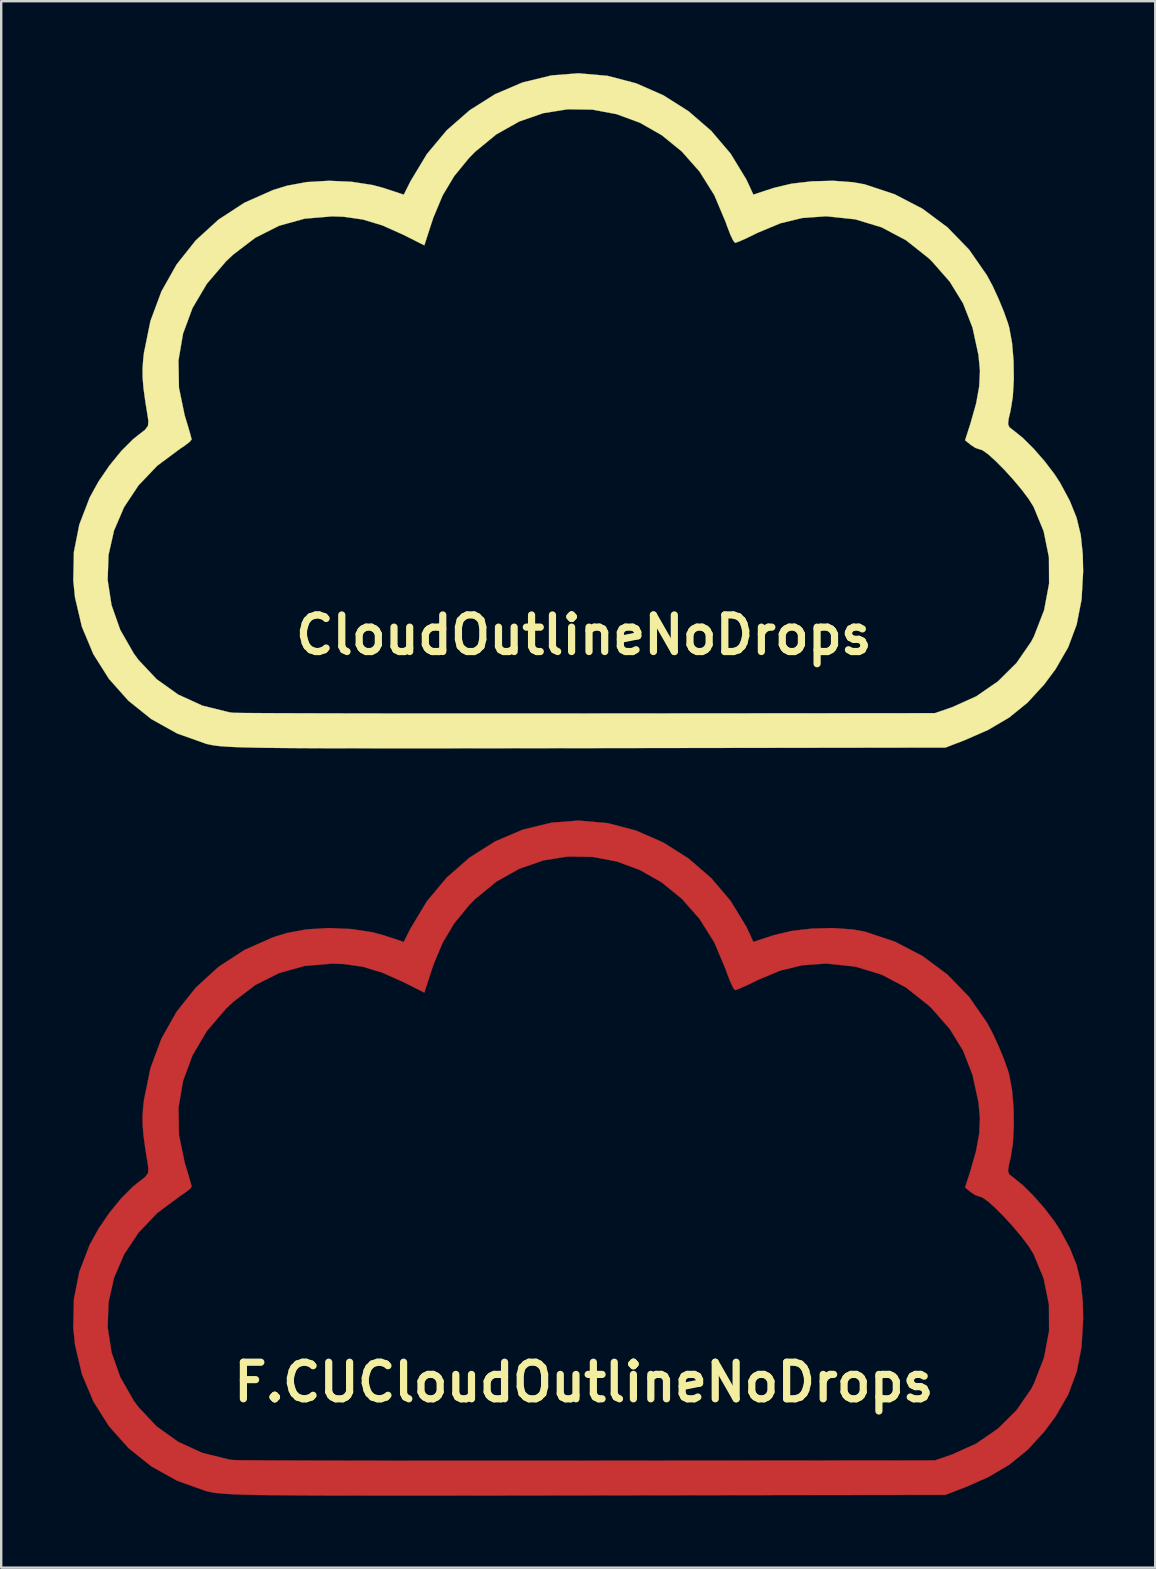
<source format=kicad_pcb>
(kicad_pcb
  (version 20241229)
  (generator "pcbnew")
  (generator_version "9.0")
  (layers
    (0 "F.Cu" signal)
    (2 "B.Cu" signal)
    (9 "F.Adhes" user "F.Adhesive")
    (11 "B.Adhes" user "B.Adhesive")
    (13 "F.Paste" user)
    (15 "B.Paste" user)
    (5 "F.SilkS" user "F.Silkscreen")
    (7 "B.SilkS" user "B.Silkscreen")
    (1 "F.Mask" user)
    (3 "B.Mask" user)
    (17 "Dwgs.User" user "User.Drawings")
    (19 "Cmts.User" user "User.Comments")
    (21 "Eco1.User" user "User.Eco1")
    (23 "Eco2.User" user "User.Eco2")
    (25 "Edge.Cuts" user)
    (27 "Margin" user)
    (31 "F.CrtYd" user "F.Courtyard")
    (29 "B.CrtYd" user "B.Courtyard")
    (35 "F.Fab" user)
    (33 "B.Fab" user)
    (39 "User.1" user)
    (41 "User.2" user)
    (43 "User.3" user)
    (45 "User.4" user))
  (footprint "F.CUCloudOutlineNoDrops"
    (layer "F.Cu")
    (at 21.283 54.564)
    (property "Reference" "F.CUCloudOutlineNoDrops" (at 0 0 0) (layer "F.SilkS") (effects (font (size 1.524 1.524) (thickness 0.3))))
    (attr through_hole)
    (fp_poly (pts (xy 0.995 -23.305) (xy 2.182 -22.994) (xy 3.315 -22.496) (xy 4.367 -21.83) (xy 5.311 -21.013) (xy 6.121 -20.062) (xy 6.771 -18.993) (xy 6.883 -18.758) (xy 7.067 -18.355) (xy 7.923 -18.636) (xy 8.657 -18.81) (xy 9.511 -18.91) (xy 10.397 -18.932) (xy 11.226 -18.871) (xy 11.706 -18.784) (xy 12.962 -18.367) (xy 14.121 -17.764) (xy 15.16 -16.99) (xy 16.061 -16.061) (xy 16.802 -14.993) (xy 17.035 -14.56) (xy 17.28 -14.031) (xy 17.507 -13.481) (xy 17.68 -12.995) (xy 17.734 -12.81) (xy 17.849 -12.179) (xy 17.914 -11.433) (xy 17.925 -10.655) (xy 17.882 -9.928) (xy 17.789 -9.355) (xy 17.706 -8.998) (xy 17.685 -8.789) (xy 17.736 -8.665) (xy 17.867 -8.559) (xy 17.899 -8.537) (xy 18.298 -8.216) (xy 18.753 -7.763) (xy 19.211 -7.239) (xy 19.62 -6.703) (xy 19.852 -6.346) (xy 20.259 -5.588) (xy 20.541 -4.887) (xy 20.714 -4.17) (xy 20.798 -3.365) (xy 20.814 -2.65) (xy 20.748 -1.476) (xy 20.545 -0.438) (xy 20.19 0.513) (xy 19.663 1.426) (xy 19.19 2.062) (xy 18.499 2.816) (xy 17.738 3.435) (xy 16.856 3.955) (xy 15.885 4.381) (xy 15.074 4.693) (xy 0.055 4.716) (xy -2.072 4.719) (xy -3.989 4.722) (xy -5.709 4.724) (xy -7.242 4.724) (xy -8.601 4.724) (xy -9.796 4.723) (xy -10.84 4.721) (xy -11.743 4.717) (xy -12.518 4.711) (xy -13.175 4.704) (xy -13.727 4.695) (xy -14.184 4.684) (xy -14.559 4.671) (xy -14.862 4.655) (xy -15.106 4.638) (xy -15.302 4.618) (xy -15.461 4.595) (xy -15.595 4.569) (xy -15.715 4.541) (xy -15.752 4.531) (xy -16.948 4.106) (xy -18.03 3.503) (xy -18.983 2.738) (xy -19.791 1.831) (xy -20.441 0.8) (xy -20.918 -0.337) (xy -21.206 -1.561) (xy -21.278 -2.264) (xy -21.278 -2.29) (xy -19.846 -2.29) (xy -19.684 -1.243) (xy -19.321 -0.213) (xy -18.753 0.778) (xy -18.559 1.041) (xy -17.804 1.843) (xy -16.909 2.482) (xy -15.899 2.944) (xy -14.795 3.218) (xy -14.633 3.241) (xy -14.483 3.246) (xy -14.126 3.251) (xy -13.575 3.255) (xy -12.843 3.259) (xy -11.943 3.262) (xy -10.889 3.265) (xy -9.694 3.268) (xy -8.371 3.27) (xy -6.934 3.271) (xy -5.396 3.272) (xy -3.77 3.272) (xy -2.07 3.272) (xy -0.309 3.271) (xy 0.166 3.27) (xy 14.633 3.258) (xy 15.35 3.012) (xy 16.356 2.559) (xy 17.263 1.933) (xy 18.038 1.165) (xy 18.647 0.282) (xy 18.764 0.058) (xy 19.186 -1.031) (xy 19.394 -2.137) (xy 19.388 -3.24) (xy 19.168 -4.325) (xy 18.747 -5.346) (xy 18.544 -5.67) (xy 18.251 -6.06) (xy 17.9 -6.478) (xy 17.527 -6.888) (xy 17.165 -7.253) (xy 16.85 -7.537) (xy 16.614 -7.703) (xy 16.528 -7.73) (xy 16.328 -7.796) (xy 16.131 -7.924) (xy 15.893 -8.117) (xy 16.114 -8.805) (xy 16.352 -9.643) (xy 16.482 -10.359) (xy 16.513 -11.016) (xy 16.452 -11.667) (xy 16.202 -12.816) (xy 15.81 -13.821) (xy 15.256 -14.724) (xy 14.517 -15.567) (xy 14.368 -15.711) (xy 13.43 -16.454) (xy 12.411 -16.993) (xy 11.317 -17.325) (xy 10.152 -17.448) (xy 10.05 -17.449) (xy 9.099 -17.38) (xy 8.194 -17.16) (xy 7.26 -16.771) (xy 7.181 -16.732) (xy 6.803 -16.548) (xy 6.498 -16.411) (xy 6.322 -16.347) (xy 6.307 -16.344) (xy 6.226 -16.442) (xy 6.104 -16.701) (xy 5.961 -17.073) (xy 5.913 -17.214) (xy 5.438 -18.338) (xy 4.823 -19.318) (xy 4.088 -20.15) (xy 3.253 -20.83) (xy 2.34 -21.351) (xy 1.368 -21.709) (xy 0.358 -21.898) (xy -0.668 -21.913) (xy -1.691 -21.75) (xy -2.69 -21.403) (xy -3.645 -20.867) (xy -4.534 -20.137) (xy -4.786 -19.879) (xy -5.403 -19.125) (xy -5.882 -18.324) (xy -6.268 -17.402) (xy -6.354 -17.145) (xy -6.646 -16.241) (xy -7.52 -16.681) (xy -8.398 -17.073) (xy -9.204 -17.317) (xy -10.012 -17.433) (xy -10.491 -17.449) (xy -11.638 -17.352) (xy -12.7 -17.057) (xy -13.689 -16.559) (xy -14.619 -15.851) (xy -14.915 -15.571) (xy -15.71 -14.641) (xy -16.308 -13.631) (xy -16.704 -12.56) (xy -16.894 -11.446) (xy -16.874 -10.307) (xy -16.637 -9.16) (xy -16.622 -9.111) (xy -16.496 -8.696) (xy -16.4 -8.365) (xy -16.35 -8.171) (xy -16.346 -8.146) (xy -16.431 -8.046) (xy -16.649 -7.88) (xy -16.814 -7.772) (xy -17.775 -7.058) (xy -18.559 -6.237) (xy -19.162 -5.328) (xy -19.58 -4.353) (xy -19.81 -3.334) (xy -19.846 -2.29) (xy -21.278 -2.29) (xy -21.253 -3.46) (xy -21.027 -4.602) (xy -20.593 -5.732) (xy -20.228 -6.394) (xy -19.774 -7.06) (xy -19.277 -7.669) (xy -18.786 -8.16) (xy -18.563 -8.338) (xy -18.291 -8.548) (xy -18.166 -8.714) (xy -18.147 -8.908) (xy -18.167 -9.056) (xy -18.279 -9.754) (xy -18.352 -10.292) (xy -18.387 -10.724) (xy -18.39 -11.106) (xy -18.363 -11.494) (xy -18.332 -11.761) (xy -18.063 -13.087) (xy -17.604 -14.322) (xy -16.969 -15.448) (xy -16.172 -16.45) (xy -15.227 -17.312) (xy -14.149 -18.016) (xy -12.951 -18.547) (xy -12.369 -18.727) (xy -11.546 -18.878) (xy -10.62 -18.932) (xy -9.678 -18.89) (xy -8.802 -18.755) (xy -8.362 -18.636) (xy -7.503 -18.353) (xy -7.217 -18.923) (xy -6.537 -20.05) (xy -5.71 -21.038) (xy -4.756 -21.873) (xy -3.696 -22.542) (xy -2.553 -23.03) (xy -1.347 -23.324) (xy -0.221 -23.412) (xy 0.995 -23.305)) (stroke (width 0.01) (type solid)) (fill yes) (layer "F.Cu")))
  (footprint "CloudOutlineNoDrops"
    (layer "F.Cu")
    (at 21.283 23.417)
    (property "Reference" "CloudOutlineNoDrops" (at 0 0 0) (layer "F.SilkS") (effects (font (size 1.524 1.524) (thickness 0.3))))
    (attr through_hole)
    (fp_poly (pts (xy 0.995 -23.305) (xy 2.182 -22.994) (xy 3.315 -22.496) (xy 4.367 -21.83) (xy 5.311 -21.013) (xy 6.121 -20.062) (xy 6.771 -18.993) (xy 6.883 -18.758) (xy 7.067 -18.355) (xy 7.923 -18.636) (xy 8.657 -18.81) (xy 9.511 -18.91) (xy 10.397 -18.932) (xy 11.226 -18.871) (xy 11.706 -18.784) (xy 12.962 -18.367) (xy 14.121 -17.764) (xy 15.16 -16.99) (xy 16.061 -16.061) (xy 16.802 -14.993) (xy 17.035 -14.56) (xy 17.28 -14.031) (xy 17.507 -13.481) (xy 17.68 -12.995) (xy 17.734 -12.81) (xy 17.849 -12.179) (xy 17.914 -11.433) (xy 17.925 -10.655) (xy 17.882 -9.928) (xy 17.789 -9.355) (xy 17.706 -8.998) (xy 17.685 -8.789) (xy 17.736 -8.665) (xy 17.867 -8.559) (xy 17.899 -8.537) (xy 18.298 -8.216) (xy 18.753 -7.763) (xy 19.211 -7.239) (xy 19.62 -6.703) (xy 19.852 -6.346) (xy 20.259 -5.588) (xy 20.541 -4.887) (xy 20.714 -4.17) (xy 20.798 -3.365) (xy 20.814 -2.65) (xy 20.748 -1.476) (xy 20.545 -0.438) (xy 20.19 0.513) (xy 19.663 1.426) (xy 19.19 2.062) (xy 18.499 2.816) (xy 17.738 3.435) (xy 16.856 3.955) (xy 15.885 4.381) (xy 15.074 4.693) (xy 0.055 4.716) (xy -2.072 4.719) (xy -3.989 4.722) (xy -5.709 4.724) (xy -7.242 4.724) (xy -8.601 4.724) (xy -9.796 4.723) (xy -10.84 4.721) (xy -11.743 4.717) (xy -12.518 4.711) (xy -13.175 4.704) (xy -13.727 4.695) (xy -14.184 4.684) (xy -14.559 4.671) (xy -14.862 4.655) (xy -15.106 4.638) (xy -15.302 4.618) (xy -15.461 4.595) (xy -15.595 4.569) (xy -15.715 4.541) (xy -15.752 4.531) (xy -16.948 4.106) (xy -18.03 3.503) (xy -18.983 2.738) (xy -19.791 1.831) (xy -20.441 0.8) (xy -20.918 -0.337) (xy -21.206 -1.561) (xy -21.278 -2.264) (xy -21.278 -2.29) (xy -19.846 -2.29) (xy -19.684 -1.243) (xy -19.321 -0.213) (xy -18.753 0.778) (xy -18.559 1.041) (xy -17.804 1.843) (xy -16.909 2.482) (xy -15.899 2.944) (xy -14.795 3.218) (xy -14.633 3.241) (xy -14.483 3.246) (xy -14.126 3.251) (xy -13.575 3.255) (xy -12.843 3.259) (xy -11.943 3.262) (xy -10.889 3.265) (xy -9.694 3.268) (xy -8.371 3.27) (xy -6.934 3.271) (xy -5.396 3.272) (xy -3.77 3.272) (xy -2.07 3.272) (xy -0.309 3.271) (xy 0.166 3.27) (xy 14.633 3.258) (xy 15.35 3.012) (xy 16.356 2.559) (xy 17.263 1.933) (xy 18.038 1.165) (xy 18.647 0.282) (xy 18.764 0.058) (xy 19.186 -1.031) (xy 19.394 -2.137) (xy 19.388 -3.24) (xy 19.168 -4.325) (xy 18.747 -5.346) (xy 18.544 -5.67) (xy 18.251 -6.06) (xy 17.9 -6.478) (xy 17.527 -6.888) (xy 17.165 -7.253) (xy 16.85 -7.537) (xy 16.614 -7.703) (xy 16.528 -7.73) (xy 16.328 -7.796) (xy 16.131 -7.924) (xy 15.893 -8.117) (xy 16.114 -8.805) (xy 16.352 -9.643) (xy 16.482 -10.359) (xy 16.513 -11.016) (xy 16.452 -11.667) (xy 16.202 -12.816) (xy 15.81 -13.821) (xy 15.256 -14.724) (xy 14.517 -15.567) (xy 14.368 -15.711) (xy 13.43 -16.454) (xy 12.411 -16.993) (xy 11.317 -17.325) (xy 10.152 -17.448) (xy 10.05 -17.449) (xy 9.099 -17.38) (xy 8.194 -17.16) (xy 7.26 -16.771) (xy 7.181 -16.732) (xy 6.803 -16.548) (xy 6.498 -16.411) (xy 6.322 -16.347) (xy 6.307 -16.344) (xy 6.226 -16.442) (xy 6.104 -16.701) (xy 5.961 -17.073) (xy 5.913 -17.214) (xy 5.438 -18.338) (xy 4.823 -19.318) (xy 4.088 -20.15) (xy 3.253 -20.83) (xy 2.34 -21.351) (xy 1.368 -21.709) (xy 0.358 -21.898) (xy -0.668 -21.913) (xy -1.691 -21.75) (xy -2.69 -21.403) (xy -3.645 -20.867) (xy -4.534 -20.137) (xy -4.786 -19.879) (xy -5.403 -19.125) (xy -5.882 -18.324) (xy -6.268 -17.402) (xy -6.354 -17.145) (xy -6.646 -16.241) (xy -7.52 -16.681) (xy -8.398 -17.073) (xy -9.204 -17.317) (xy -10.012 -17.433) (xy -10.491 -17.449) (xy -11.638 -17.352) (xy -12.7 -17.057) (xy -13.689 -16.559) (xy -14.619 -15.851) (xy -14.915 -15.571) (xy -15.71 -14.641) (xy -16.308 -13.631) (xy -16.704 -12.56) (xy -16.894 -11.446) (xy -16.874 -10.307) (xy -16.637 -9.16) (xy -16.622 -9.111) (xy -16.496 -8.696) (xy -16.4 -8.365) (xy -16.35 -8.171) (xy -16.346 -8.146) (xy -16.431 -8.046) (xy -16.649 -7.88) (xy -16.814 -7.772) (xy -17.775 -7.058) (xy -18.559 -6.237) (xy -19.162 -5.328) (xy -19.58 -4.353) (xy -19.81 -3.334) (xy -19.846 -2.29) (xy -21.278 -2.29) (xy -21.253 -3.46) (xy -21.027 -4.602) (xy -20.593 -5.732) (xy -20.228 -6.394) (xy -19.774 -7.06) (xy -19.277 -7.669) (xy -18.786 -8.16) (xy -18.563 -8.338) (xy -18.291 -8.548) (xy -18.166 -8.714) (xy -18.147 -8.908) (xy -18.167 -9.056) (xy -18.279 -9.754) (xy -18.352 -10.292) (xy -18.387 -10.724) (xy -18.39 -11.106) (xy -18.363 -11.494) (xy -18.332 -11.761) (xy -18.063 -13.087) (xy -17.604 -14.322) (xy -16.969 -15.448) (xy -16.172 -16.45) (xy -15.227 -17.312) (xy -14.149 -18.016) (xy -12.951 -18.547) (xy -12.369 -18.727) (xy -11.546 -18.878) (xy -10.62 -18.932) (xy -9.678 -18.89) (xy -8.802 -18.755) (xy -8.362 -18.636) (xy -7.503 -18.353) (xy -7.217 -18.923) (xy -6.537 -20.05) (xy -5.71 -21.038) (xy -4.756 -21.873) (xy -3.696 -22.542) (xy -2.553 -23.03) (xy -1.347 -23.324) (xy -0.221 -23.412) (xy 0.995 -23.305)) (stroke (width 0.01) (type solid)) (fill yes) (layer "F.SilkS")))
  (gr_rect
    (start -3 -3)
    (end 45.102 62.293)
    (stroke (width 0.1) (type default))
    (fill no)
    (layer "Edge.Cuts")))
</source>
